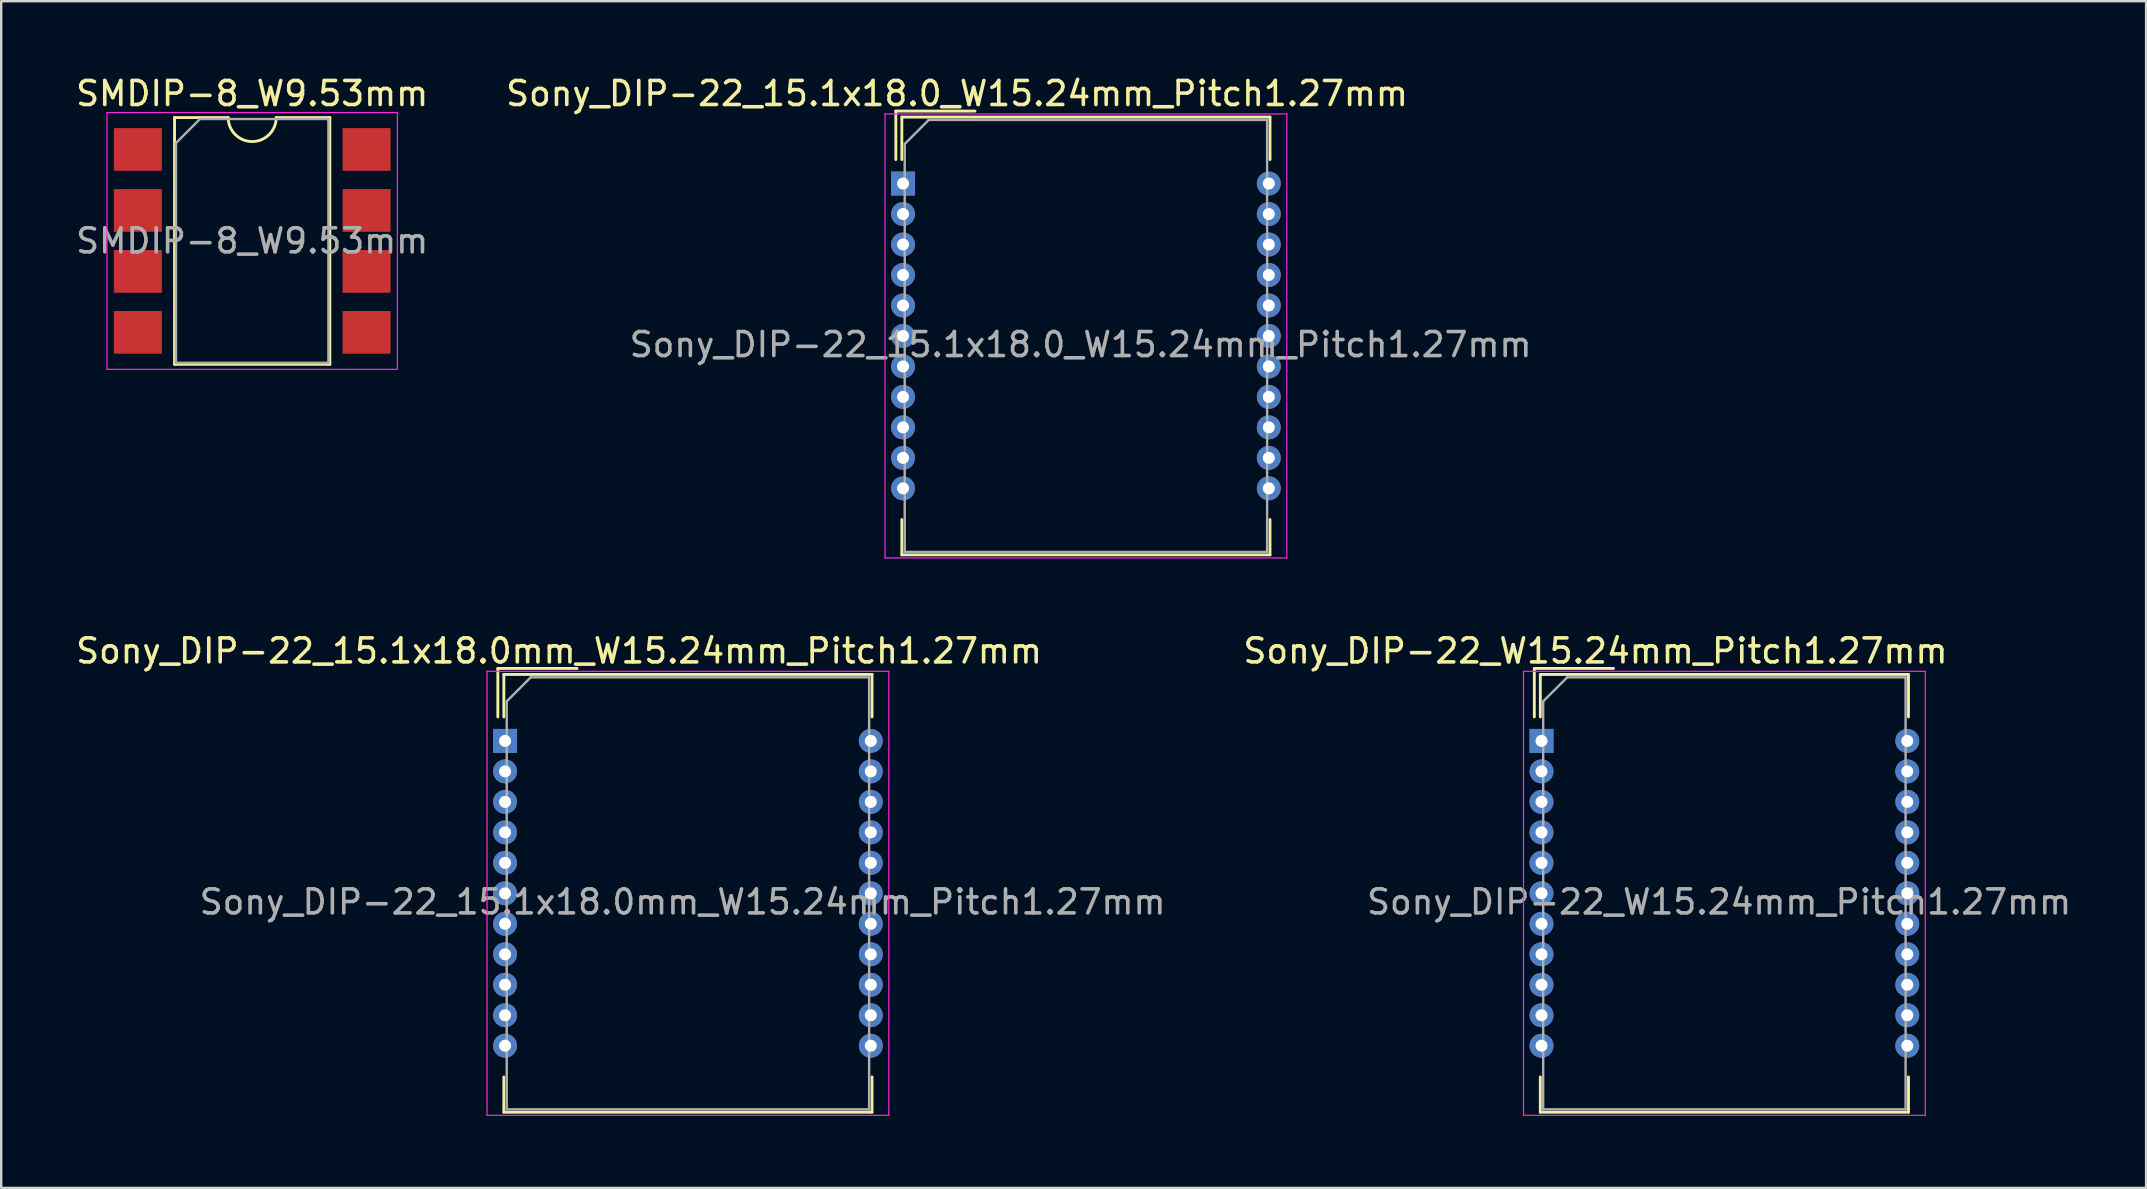
<source format=kicad_pcb>
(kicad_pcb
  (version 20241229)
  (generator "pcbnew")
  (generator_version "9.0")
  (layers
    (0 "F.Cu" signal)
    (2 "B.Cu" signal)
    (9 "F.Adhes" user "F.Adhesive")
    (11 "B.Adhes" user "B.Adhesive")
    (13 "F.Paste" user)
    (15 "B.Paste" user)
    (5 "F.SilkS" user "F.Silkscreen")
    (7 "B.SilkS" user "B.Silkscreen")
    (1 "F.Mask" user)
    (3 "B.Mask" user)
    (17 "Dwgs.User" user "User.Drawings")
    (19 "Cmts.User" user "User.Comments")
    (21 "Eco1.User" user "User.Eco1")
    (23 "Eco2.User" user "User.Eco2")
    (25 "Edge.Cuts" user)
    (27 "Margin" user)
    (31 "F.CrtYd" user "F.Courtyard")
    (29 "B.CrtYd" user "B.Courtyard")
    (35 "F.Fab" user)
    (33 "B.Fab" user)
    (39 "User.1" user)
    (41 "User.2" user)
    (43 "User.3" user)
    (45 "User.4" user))
  (footprint "SMDIP-8_W9.53mm"
    (layer "F.Cu")
    (at 7.458 6.988)
    (property "Reference" "SMDIP-8_W9.53mm" (at 0 -6.14 0) (layer "F.SilkS") (effects (font (size 1 1) (thickness 0.15))))
    (attr smd)
    (fp_line (start -3.235 -5.14) (end -3.235 5.14) (stroke (width 0.12) (type solid)) (layer "F.SilkS"))
    (fp_line (start -3.235 5.14) (end 3.235 5.14) (stroke (width 0.12) (type solid)) (layer "F.SilkS"))
    (fp_line (start -1 -5.14) (end -3.235 -5.14) (stroke (width 0.12) (type solid)) (layer "F.SilkS"))
    (fp_line (start 3.235 -5.14) (end 1 -5.14) (stroke (width 0.12) (type solid)) (layer "F.SilkS"))
    (fp_line (start 3.235 5.14) (end 3.235 -5.14) (stroke (width 0.12) (type solid)) (layer "F.SilkS"))
    (fp_arc (start 1 -5.14) (mid 0 -4.14) (end -1 -5.14) (stroke (width 0.12) (type solid)) (layer "F.SilkS"))
    (fp_line (start -6.05 -5.35) (end -6.05 5.35) (stroke (width 0.05) (type solid)) (layer "F.CrtYd"))
    (fp_line (start -6.05 5.35) (end 6.05 5.35) (stroke (width 0.05) (type solid)) (layer "F.CrtYd"))
    (fp_line (start 6.05 -5.35) (end -6.05 -5.35) (stroke (width 0.05) (type solid)) (layer "F.CrtYd"))
    (fp_line (start 6.05 5.35) (end 6.05 -5.35) (stroke (width 0.05) (type solid)) (layer "F.CrtYd"))
    (fp_line (start -3.175 -4.08) (end -2.175 -5.08) (stroke (width 0.1) (type solid)) (layer "F.Fab"))
    (fp_line (start -3.175 5.08) (end -3.175 -4.08) (stroke (width 0.1) (type solid)) (layer "F.Fab"))
    (fp_line (start -2.175 -5.08) (end 3.175 -5.08) (stroke (width 0.1) (type solid)) (layer "F.Fab"))
    (fp_line (start 3.175 -5.08) (end 3.175 5.08) (stroke (width 0.1) (type solid)) (layer "F.Fab"))
    (fp_line (start 3.175 5.08) (end -3.175 5.08) (stroke (width 0.1) (type solid)) (layer "F.Fab"))
    (fp_text user "${REFERENCE}" (at 0 0 0) (layer "F.Fab") (effects (font (size 1 1) (thickness 0.15))))
    (pad "1" smd rect (at -4.765 -3.81) (size 2 1.78) (layers "F.Cu" "F.Mask" "F.Paste"))
    (pad "2" smd rect (at -4.765 -1.27) (size 2 1.78) (layers "F.Cu" "F.Mask" "F.Paste"))
    (pad "3" smd rect (at -4.765 1.27) (size 2 1.78) (layers "F.Cu" "F.Mask" "F.Paste"))
    (pad "4" smd rect (at -4.765 3.81) (size 2 1.78) (layers "F.Cu" "F.Mask" "F.Paste"))
    (pad "5" smd rect (at 4.765 3.81) (size 2 1.78) (layers "F.Cu" "F.Mask" "F.Paste"))
    (pad "6" smd rect (at 4.765 1.27) (size 2 1.78) (layers "F.Cu" "F.Mask" "F.Paste"))
    (pad "7" smd rect (at 4.765 -1.27) (size 2 1.78) (layers "F.Cu" "F.Mask" "F.Paste"))
    (pad "8" smd rect (at 4.765 -3.81) (size 2 1.78) (layers "F.Cu" "F.Mask" "F.Paste")))
  (footprint "Sony_DIP-22_15.1x18.0mm_W15.24mm_Pitch1.27mm"
    (layer "F.Cu")
    (at 17.994 27.822)
    (property "Reference" "Sony_DIP-22_15.1x18.0mm_W15.24mm_Pitch1.27mm" (at 2.25 -3.75 0) (layer "F.SilkS") (effects (font (size 1 1) (thickness 0.15))))
    (attr through_hole)
    (fp_line (start -0.3 -3.02) (end -0.3 -1) (stroke (width 0.12) (type solid)) (layer "F.SilkS"))
    (fp_line (start -0.05 -2.77) (end 15.29 -2.77) (stroke (width 0.12) (type solid)) (layer "F.SilkS"))
    (fp_line (start -0.05 -1) (end -0.05 -2.77) (stroke (width 0.12) (type solid)) (layer "F.SilkS"))
    (fp_line (start -0.05 14) (end -0.05 15.47) (stroke (width 0.12) (type solid)) (layer "F.SilkS"))
    (fp_line (start 3 -3.02) (end -0.3 -3.02) (stroke (width 0.12) (type solid)) (layer "F.SilkS"))
    (fp_line (start 15.29 -2.77) (end 15.29 -1) (stroke (width 0.12) (type solid)) (layer "F.SilkS"))
    (fp_line (start 15.29 14) (end 15.29 15.47) (stroke (width 0.12) (type solid)) (layer "F.SilkS"))
    (fp_line (start 15.29 15.47) (end -0.05 15.47) (stroke (width 0.12) (type solid)) (layer "F.SilkS"))
    (fp_line (start -0.75 -2.9) (end 15.99 -2.9) (stroke (width 0.05) (type solid)) (layer "F.CrtYd"))
    (fp_line (start -0.75 15.6) (end -0.75 -2.9) (stroke (width 0.05) (type solid)) (layer "F.CrtYd"))
    (fp_line (start 15.99 -2.9) (end 15.99 15.6) (stroke (width 0.05) (type solid)) (layer "F.CrtYd"))
    (fp_line (start 15.99 15.6) (end -0.75 15.6) (stroke (width 0.05) (type solid)) (layer "F.CrtYd"))
    (fp_line (start 0.07 -1.65) (end 0.07 15.35) (stroke (width 0.1) (type solid)) (layer "F.Fab"))
    (fp_line (start 1.07 -2.65) (end 0.07 -1.65) (stroke (width 0.1) (type solid)) (layer "F.Fab"))
    (fp_line (start 1.07 -2.65) (end 15.17 -2.65) (stroke (width 0.1) (type solid)) (layer "F.Fab"))
    (fp_line (start 15.17 -2.65) (end 15.17 15.35) (stroke (width 0.1) (type solid)) (layer "F.Fab"))
    (fp_line (start 15.17 15.35) (end 0.07 15.35) (stroke (width 0.1) (type solid)) (layer "F.Fab"))
    (fp_text user "${REFERENCE}" (at 7.4 6.71 0) (layer "F.Fab") (effects (font (size 1 1) (thickness 0.15))))
    (pad "1" thru_hole rect (at 0 0) (size 1 1) (drill 0.5) (layers "*.Cu" "*.Mask"))
    (pad "2" thru_hole circle (at 0 1.27) (size 1 1) (drill 0.5) (layers "*.Cu" "*.Mask"))
    (pad "3" thru_hole circle (at 0 2.54) (size 1 1) (drill 0.5) (layers "*.Cu" "*.Mask"))
    (pad "4" thru_hole circle (at 0 3.81) (size 1 1) (drill 0.5) (layers "*.Cu" "*.Mask"))
    (pad "5" thru_hole circle (at 0 5.08) (size 1 1) (drill 0.5) (layers "*.Cu" "*.Mask"))
    (pad "6" thru_hole circle (at 0 6.35) (size 1 1) (drill 0.5) (layers "*.Cu" "*.Mask"))
    (pad "7" thru_hole circle (at 0 7.62) (size 1 1) (drill 0.5) (layers "*.Cu" "*.Mask"))
    (pad "8" thru_hole circle (at 0 8.89) (size 1 1) (drill 0.5) (layers "*.Cu" "*.Mask"))
    (pad "9" thru_hole circle (at 0 10.16) (size 1 1) (drill 0.5) (layers "*.Cu" "*.Mask"))
    (pad "10" thru_hole circle (at 0 11.43) (size 1 1) (drill 0.5) (layers "*.Cu" "*.Mask"))
    (pad "11" thru_hole circle (at 0 12.7) (size 1 1) (drill 0.5) (layers "*.Cu" "*.Mask"))
    (pad "12" thru_hole circle (at 15.24 12.7) (size 1 1) (drill 0.5) (layers "*.Cu" "*.Mask"))
    (pad "13" thru_hole circle (at 15.24 11.43) (size 1 1) (drill 0.5) (layers "*.Cu" "*.Mask"))
    (pad "14" thru_hole circle (at 15.24 10.16) (size 1 1) (drill 0.5) (layers "*.Cu" "*.Mask"))
    (pad "15" thru_hole circle (at 15.24 8.89) (size 1 1) (drill 0.5) (layers "*.Cu" "*.Mask"))
    (pad "16" thru_hole circle (at 15.24 7.62) (size 1 1) (drill 0.5) (layers "*.Cu" "*.Mask"))
    (pad "17" thru_hole circle (at 15.24 6.35) (size 1 1) (drill 0.5) (layers "*.Cu" "*.Mask"))
    (pad "18" thru_hole circle (at 15.24 5.08) (size 1 1) (drill 0.5) (layers "*.Cu" "*.Mask"))
    (pad "19" thru_hole circle (at 15.24 3.81) (size 1 1) (drill 0.5) (layers "*.Cu" "*.Mask"))
    (pad "20" thru_hole circle (at 15.24 2.54) (size 1 1) (drill 0.5) (layers "*.Cu" "*.Mask"))
    (pad "21" thru_hole circle (at 15.24 1.27) (size 1 1) (drill 0.5) (layers "*.Cu" "*.Mask"))
    (pad "22" thru_hole circle (at 15.24 0) (size 1 1) (drill 0.5) (layers "*.Cu" "*.Mask")))
  (footprint "Sony_DIP-22_15.1x18.0_W15.24mm_Pitch1.27mm"
    (layer "F.Cu")
    (at 34.577 4.598)
    (property "Reference" "Sony_DIP-22_15.1x18.0_W15.24mm_Pitch1.27mm" (at 2.25 -3.75 0) (layer "F.SilkS") (effects (font (size 1 1) (thickness 0.15))))
    (attr through_hole)
    (fp_line (start -0.3 -3.02) (end -0.3 -1) (stroke (width 0.12) (type solid)) (layer "F.SilkS"))
    (fp_line (start -0.05 -2.77) (end 15.29 -2.77) (stroke (width 0.12) (type solid)) (layer "F.SilkS"))
    (fp_line (start -0.05 -1) (end -0.05 -2.77) (stroke (width 0.12) (type solid)) (layer "F.SilkS"))
    (fp_line (start -0.05 14) (end -0.05 15.47) (stroke (width 0.12) (type solid)) (layer "F.SilkS"))
    (fp_line (start 3 -3.02) (end -0.3 -3.02) (stroke (width 0.12) (type solid)) (layer "F.SilkS"))
    (fp_line (start 15.29 -2.77) (end 15.29 -1) (stroke (width 0.12) (type solid)) (layer "F.SilkS"))
    (fp_line (start 15.29 14) (end 15.29 15.47) (stroke (width 0.12) (type solid)) (layer "F.SilkS"))
    (fp_line (start 15.29 15.47) (end -0.05 15.47) (stroke (width 0.12) (type solid)) (layer "F.SilkS"))
    (fp_line (start -0.75 -2.9) (end 15.99 -2.9) (stroke (width 0.05) (type solid)) (layer "F.CrtYd"))
    (fp_line (start -0.75 15.6) (end -0.75 -2.9) (stroke (width 0.05) (type solid)) (layer "F.CrtYd"))
    (fp_line (start 15.99 -2.9) (end 15.99 15.6) (stroke (width 0.05) (type solid)) (layer "F.CrtYd"))
    (fp_line (start 15.99 15.6) (end -0.75 15.6) (stroke (width 0.05) (type solid)) (layer "F.CrtYd"))
    (fp_line (start 0.07 -1.65) (end 0.07 15.35) (stroke (width 0.1) (type solid)) (layer "F.Fab"))
    (fp_line (start 1.07 -2.65) (end 0.07 -1.65) (stroke (width 0.1) (type solid)) (layer "F.Fab"))
    (fp_line (start 1.07 -2.65) (end 15.17 -2.65) (stroke (width 0.1) (type solid)) (layer "F.Fab"))
    (fp_line (start 15.17 -2.65) (end 15.17 15.35) (stroke (width 0.1) (type solid)) (layer "F.Fab"))
    (fp_line (start 15.17 15.35) (end 0.07 15.35) (stroke (width 0.1) (type solid)) (layer "F.Fab"))
    (fp_text user "${REFERENCE}" (at 7.4 6.71 0) (layer "F.Fab") (effects (font (size 1 1) (thickness 0.15))))
    (pad "1" thru_hole rect (at 0 0) (size 1 1) (drill 0.5) (layers "*.Cu" "*.Mask"))
    (pad "2" thru_hole circle (at 0 1.27) (size 1 1) (drill 0.5) (layers "*.Cu" "*.Mask"))
    (pad "3" thru_hole circle (at 0 2.54) (size 1 1) (drill 0.5) (layers "*.Cu" "*.Mask"))
    (pad "4" thru_hole circle (at 0 3.81) (size 1 1) (drill 0.5) (layers "*.Cu" "*.Mask"))
    (pad "5" thru_hole circle (at 0 5.08) (size 1 1) (drill 0.5) (layers "*.Cu" "*.Mask"))
    (pad "6" thru_hole circle (at 0 6.35) (size 1 1) (drill 0.5) (layers "*.Cu" "*.Mask"))
    (pad "7" thru_hole circle (at 0 7.62) (size 1 1) (drill 0.5) (layers "*.Cu" "*.Mask"))
    (pad "8" thru_hole circle (at 0 8.89) (size 1 1) (drill 0.5) (layers "*.Cu" "*.Mask"))
    (pad "9" thru_hole circle (at 0 10.16) (size 1 1) (drill 0.5) (layers "*.Cu" "*.Mask"))
    (pad "10" thru_hole circle (at 0 11.43) (size 1 1) (drill 0.5) (layers "*.Cu" "*.Mask"))
    (pad "11" thru_hole circle (at 0 12.7) (size 1 1) (drill 0.5) (layers "*.Cu" "*.Mask"))
    (pad "12" thru_hole circle (at 15.24 12.7) (size 1 1) (drill 0.5) (layers "*.Cu" "*.Mask"))
    (pad "13" thru_hole circle (at 15.24 11.43) (size 1 1) (drill 0.5) (layers "*.Cu" "*.Mask"))
    (pad "14" thru_hole circle (at 15.24 10.16) (size 1 1) (drill 0.5) (layers "*.Cu" "*.Mask"))
    (pad "15" thru_hole circle (at 15.24 8.89) (size 1 1) (drill 0.5) (layers "*.Cu" "*.Mask"))
    (pad "16" thru_hole circle (at 15.24 7.62) (size 1 1) (drill 0.5) (layers "*.Cu" "*.Mask"))
    (pad "17" thru_hole circle (at 15.24 6.35) (size 1 1) (drill 0.5) (layers "*.Cu" "*.Mask"))
    (pad "18" thru_hole circle (at 15.24 5.08) (size 1 1) (drill 0.5) (layers "*.Cu" "*.Mask"))
    (pad "19" thru_hole circle (at 15.24 3.81) (size 1 1) (drill 0.5) (layers "*.Cu" "*.Mask"))
    (pad "20" thru_hole circle (at 15.24 2.54) (size 1 1) (drill 0.5) (layers "*.Cu" "*.Mask"))
    (pad "21" thru_hole circle (at 15.24 1.27) (size 1 1) (drill 0.5) (layers "*.Cu" "*.Mask"))
    (pad "22" thru_hole circle (at 15.24 0) (size 1 1) (drill 0.5) (layers "*.Cu" "*.Mask")))
  (footprint "Sony_DIP-22_W15.24mm_Pitch1.27mm"
    (layer "F.Cu")
    (at 61.18 27.822)
    (property "Reference" "Sony_DIP-22_W15.24mm_Pitch1.27mm" (at 2.25 -3.75 0) (layer "F.SilkS") (effects (font (size 1 1) (thickness 0.15))))
    (attr through_hole)
    (fp_line (start -0.3 -3.02) (end -0.3 -1) (stroke (width 0.12) (type solid)) (layer "F.SilkS"))
    (fp_line (start -0.05 -2.77) (end 15.29 -2.77) (stroke (width 0.12) (type solid)) (layer "F.SilkS"))
    (fp_line (start -0.05 -1) (end -0.05 -2.77) (stroke (width 0.12) (type solid)) (layer "F.SilkS"))
    (fp_line (start -0.05 14) (end -0.05 15.47) (stroke (width 0.12) (type solid)) (layer "F.SilkS"))
    (fp_line (start 3 -3.02) (end -0.3 -3.02) (stroke (width 0.12) (type solid)) (layer "F.SilkS"))
    (fp_line (start 15.29 -2.77) (end 15.29 -1) (stroke (width 0.12) (type solid)) (layer "F.SilkS"))
    (fp_line (start 15.29 14) (end 15.29 15.47) (stroke (width 0.12) (type solid)) (layer "F.SilkS"))
    (fp_line (start 15.29 15.47) (end -0.05 15.47) (stroke (width 0.12) (type solid)) (layer "F.SilkS"))
    (fp_line (start -0.75 -2.9) (end 15.99 -2.9) (stroke (width 0.05) (type solid)) (layer "F.CrtYd"))
    (fp_line (start -0.75 15.6) (end -0.75 -2.9) (stroke (width 0.05) (type solid)) (layer "F.CrtYd"))
    (fp_line (start 15.99 -2.9) (end 15.99 15.6) (stroke (width 0.05) (type solid)) (layer "F.CrtYd"))
    (fp_line (start 15.99 15.6) (end -0.75 15.6) (stroke (width 0.05) (type solid)) (layer "F.CrtYd"))
    (fp_line (start 0.07 -1.65) (end 0.07 15.35) (stroke (width 0.1) (type solid)) (layer "F.Fab"))
    (fp_line (start 1.07 -2.65) (end 0.07 -1.65) (stroke (width 0.1) (type solid)) (layer "F.Fab"))
    (fp_line (start 1.07 -2.65) (end 15.17 -2.65) (stroke (width 0.1) (type solid)) (layer "F.Fab"))
    (fp_line (start 15.17 -2.65) (end 15.17 15.35) (stroke (width 0.1) (type solid)) (layer "F.Fab"))
    (fp_line (start 15.17 15.35) (end 0.07 15.35) (stroke (width 0.1) (type solid)) (layer "F.Fab"))
    (fp_text user "${REFERENCE}" (at 7.4 6.71 0) (layer "F.Fab") (effects (font (size 1 1) (thickness 0.15))))
    (pad "1" thru_hole rect (at 0 0) (size 1 1) (drill 0.5) (layers "*.Cu" "*.Mask"))
    (pad "2" thru_hole circle (at 0 1.27) (size 1 1) (drill 0.5) (layers "*.Cu" "*.Mask"))
    (pad "3" thru_hole circle (at 0 2.54) (size 1 1) (drill 0.5) (layers "*.Cu" "*.Mask"))
    (pad "4" thru_hole circle (at 0 3.81) (size 1 1) (drill 0.5) (layers "*.Cu" "*.Mask"))
    (pad "5" thru_hole circle (at 0 5.08) (size 1 1) (drill 0.5) (layers "*.Cu" "*.Mask"))
    (pad "6" thru_hole circle (at 0 6.35) (size 1 1) (drill 0.5) (layers "*.Cu" "*.Mask"))
    (pad "7" thru_hole circle (at 0 7.62) (size 1 1) (drill 0.5) (layers "*.Cu" "*.Mask"))
    (pad "8" thru_hole circle (at 0 8.89) (size 1 1) (drill 0.5) (layers "*.Cu" "*.Mask"))
    (pad "9" thru_hole circle (at 0 10.16) (size 1 1) (drill 0.5) (layers "*.Cu" "*.Mask"))
    (pad "10" thru_hole circle (at 0 11.43) (size 1 1) (drill 0.5) (layers "*.Cu" "*.Mask"))
    (pad "11" thru_hole circle (at 0 12.7) (size 1 1) (drill 0.5) (layers "*.Cu" "*.Mask"))
    (pad "12" thru_hole circle (at 15.24 12.7) (size 1 1) (drill 0.5) (layers "*.Cu" "*.Mask"))
    (pad "13" thru_hole circle (at 15.24 11.43) (size 1 1) (drill 0.5) (layers "*.Cu" "*.Mask"))
    (pad "14" thru_hole circle (at 15.24 10.16) (size 1 1) (drill 0.5) (layers "*.Cu" "*.Mask"))
    (pad "15" thru_hole circle (at 15.24 8.89) (size 1 1) (drill 0.5) (layers "*.Cu" "*.Mask"))
    (pad "16" thru_hole circle (at 15.24 7.62) (size 1 1) (drill 0.5) (layers "*.Cu" "*.Mask"))
    (pad "17" thru_hole circle (at 15.24 6.35) (size 1 1) (drill 0.5) (layers "*.Cu" "*.Mask"))
    (pad "18" thru_hole circle (at 15.24 5.08) (size 1 1) (drill 0.5) (layers "*.Cu" "*.Mask"))
    (pad "19" thru_hole circle (at 15.24 3.81) (size 1 1) (drill 0.5) (layers "*.Cu" "*.Mask"))
    (pad "20" thru_hole circle (at 15.24 2.54) (size 1 1) (drill 0.5) (layers "*.Cu" "*.Mask"))
    (pad "21" thru_hole circle (at 15.24 1.27) (size 1 1) (drill 0.5) (layers "*.Cu" "*.Mask"))
    (pad "22" thru_hole circle (at 15.24 0) (size 1 1) (drill 0.5) (layers "*.Cu" "*.Mask")))
  (gr_rect
    (start -3 -3)
    (end 86.371 46.447)
    (stroke (width 0.1) (type default))
    (fill no)
    (layer "Edge.Cuts")))
</source>
